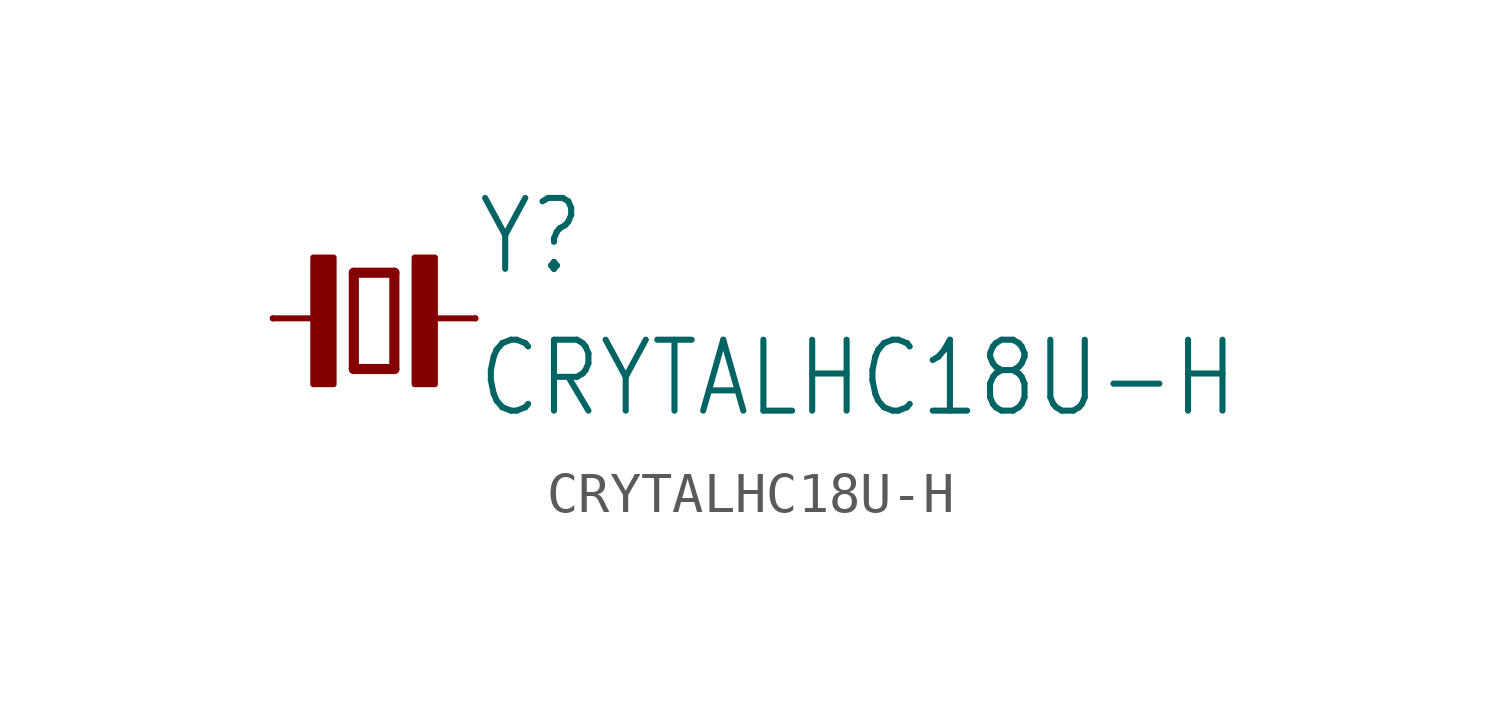
<source format=kicad_sym>
(kicad_symbol_lib
  (version 20211014)
  (generator kicad_symbol_editor)
  (symbol "CRYTALHC18U-H"
    (property "Reference" "Y"
      (at 2.54 1.016 0)
      (effects (font (size 1.778 1.511)) (justify left bottom)))
    (property "Value" "CRYTALHC18U-H"
      (at 2.54 -2.54 0)
      (effects (font (size 1.778 1.511)) (justify left bottom)))
    (property "ki_locked" ""
      (at 0 0 0)
      (effects (font (size 1.27 1.27))))
    (symbol "CRYTALHC18U-H_1_0"
      (rectangle (start -1.524 -1.651) (end -1.016 1.524) (stroke (width 0) (type default) (color 0 0 0 0)) (fill (type outline)))
      (polyline (pts (xy -2.54 0) (xy -1.143 0)) (stroke (width 0.152) (type default) (color 0 0 0 0)) (fill (type none)))
      (polyline (pts (xy -0.508 -1.27) (xy 0.508 -1.27)) (stroke (width 0.254) (type default) (color 0 0 0 0)) (fill (type none)))
      (polyline (pts (xy -0.508 1.143) (xy -0.508 -1.27)) (stroke (width 0.254) (type default) (color 0 0 0 0)) (fill (type none)))
      (polyline (pts (xy 0.508 -1.27) (xy 0.508 1.143)) (stroke (width 0.254) (type default) (color 0 0 0 0)) (fill (type none)))
      (polyline (pts (xy 0.508 1.143) (xy -0.508 1.143)) (stroke (width 0.254) (type default) (color 0 0 0 0)) (fill (type none)))
      (polyline (pts (xy 1.143 0) (xy 2.54 0)) (stroke (width 0.152) (type default) (color 0 0 0 0)) (fill (type none)))
      (rectangle (start 1.016 -1.651) (end 1.524 1.524) (stroke (width 0) (type default) (color 0 0 0 0)) (fill (type outline)))
      (pin passive line (at -2.54 0 0) (length 0) (name "1" (effects (font (size 0 0)))) (number "1" (effects (font (size 0 0)))))
      (pin passive line (at 2.54 0 180) (length 0) (name "2" (effects (font (size 0 0)))) (number "2" (effects (font (size 0 0))))))))
</source>
